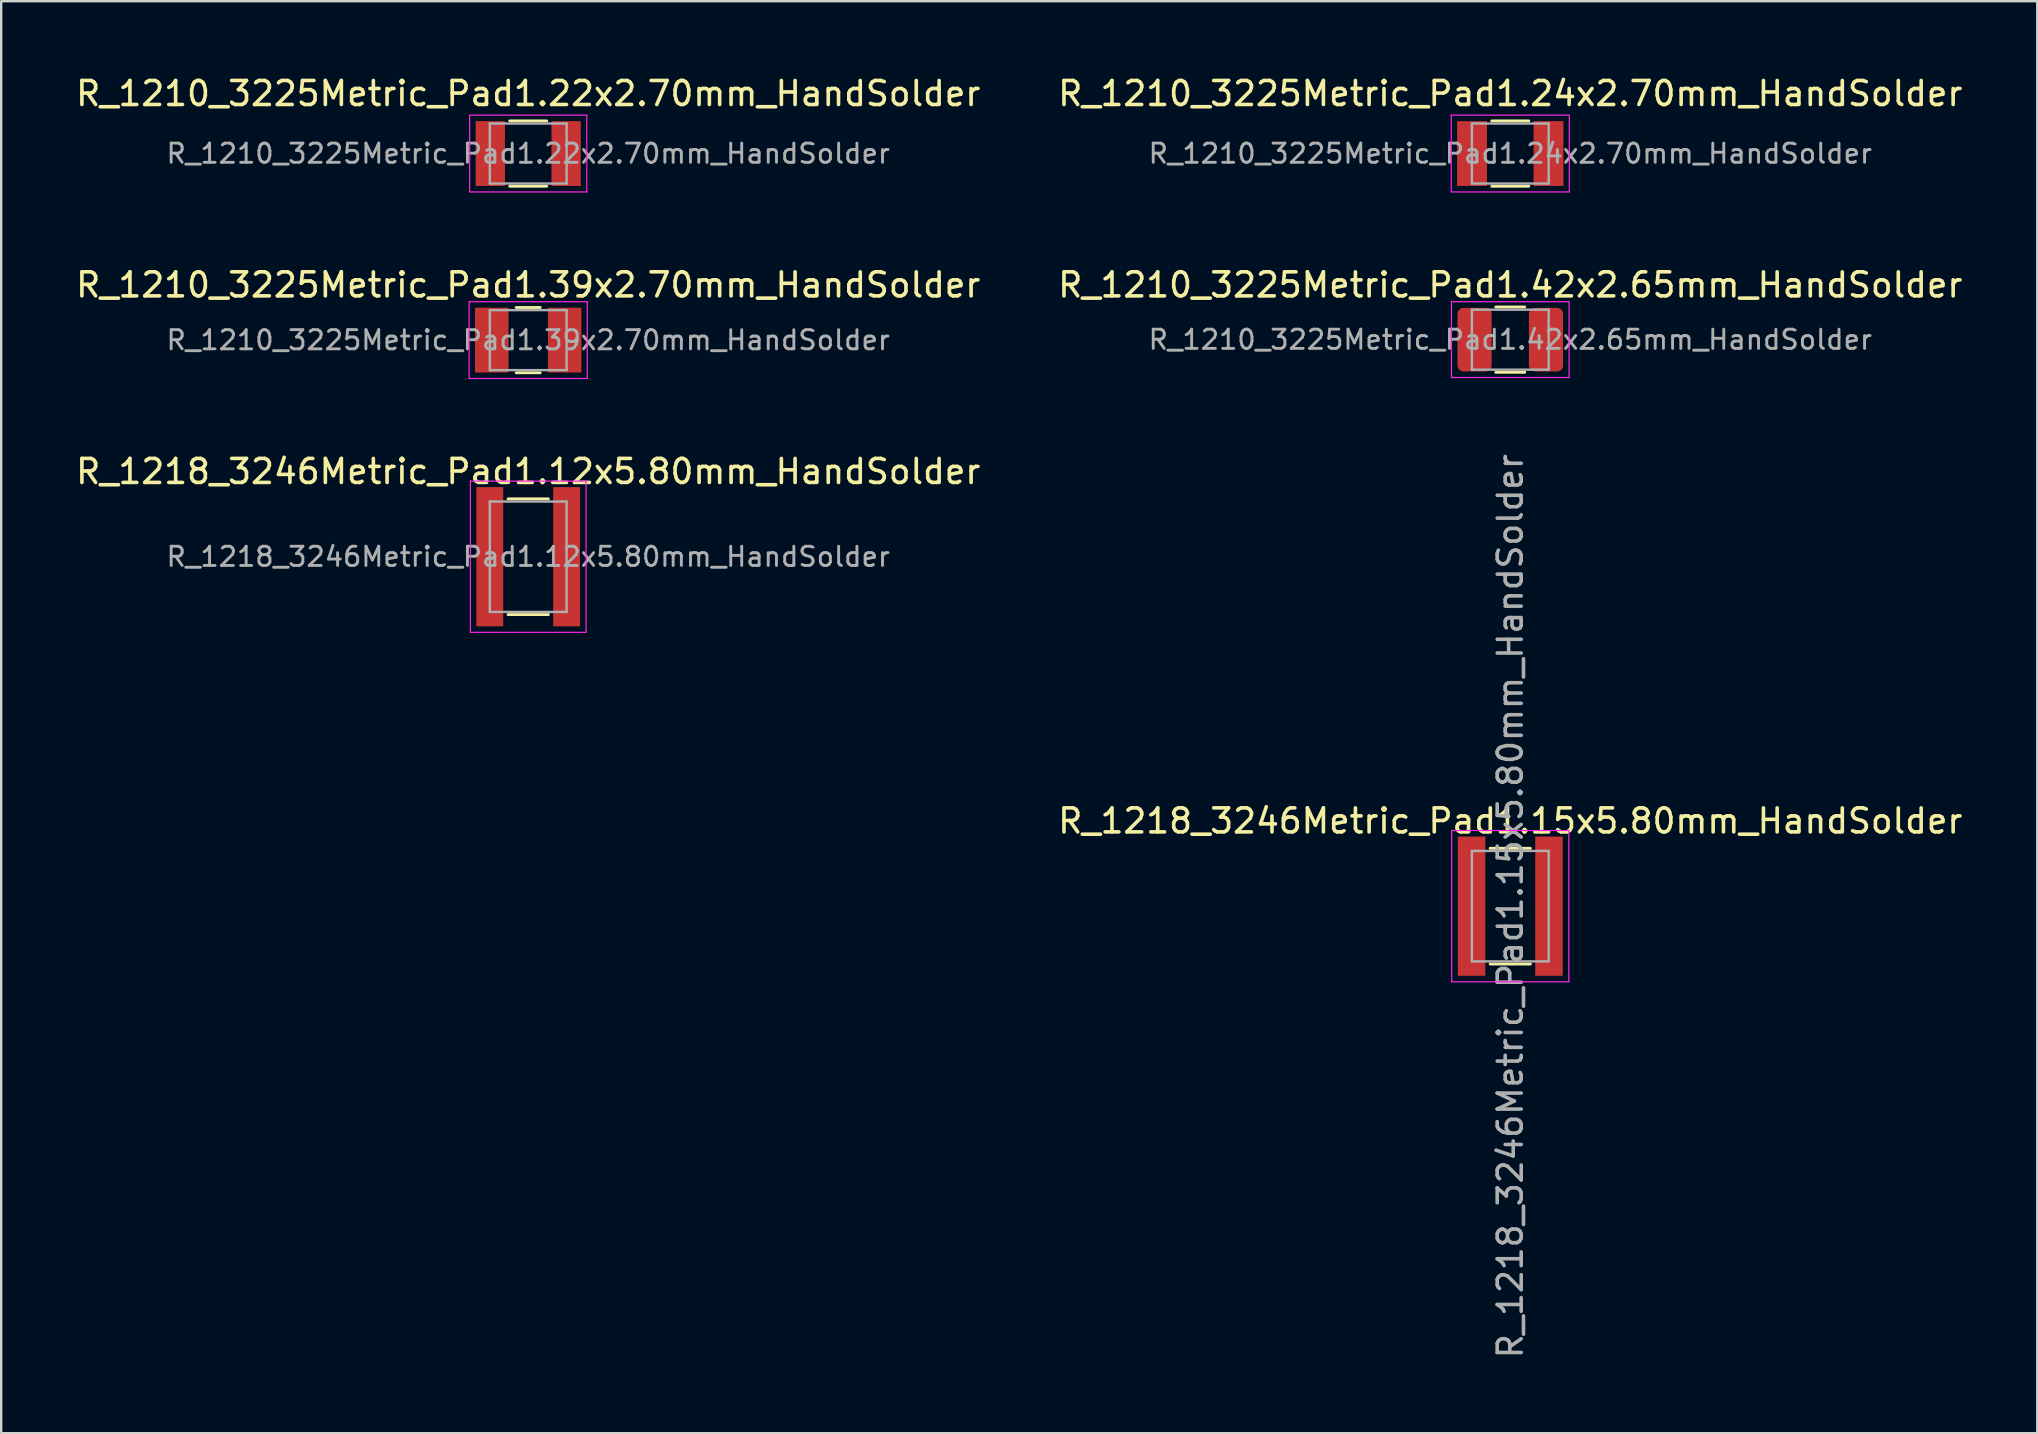
<source format=kicad_pcb>
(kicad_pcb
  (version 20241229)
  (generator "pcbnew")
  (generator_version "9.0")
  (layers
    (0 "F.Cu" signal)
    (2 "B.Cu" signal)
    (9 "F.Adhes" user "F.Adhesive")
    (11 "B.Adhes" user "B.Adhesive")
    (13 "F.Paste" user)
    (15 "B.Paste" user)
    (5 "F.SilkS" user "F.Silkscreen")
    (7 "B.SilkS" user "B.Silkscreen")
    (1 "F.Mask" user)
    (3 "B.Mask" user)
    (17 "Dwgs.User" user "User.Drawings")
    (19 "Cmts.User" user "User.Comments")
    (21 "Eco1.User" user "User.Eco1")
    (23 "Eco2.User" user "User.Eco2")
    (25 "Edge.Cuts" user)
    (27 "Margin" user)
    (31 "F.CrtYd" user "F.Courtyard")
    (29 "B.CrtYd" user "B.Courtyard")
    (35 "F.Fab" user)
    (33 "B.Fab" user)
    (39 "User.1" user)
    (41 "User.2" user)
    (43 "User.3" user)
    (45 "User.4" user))
  (footprint "R_1218_3246Metric_Pad1.12x5.80mm_HandSolder"
    (layer "F.Cu")
    (at 18.958 20.145)
    (property "Reference" "R_1218_3246Metric_Pad1.12x5.80mm_HandSolder" (at 0 -3.55 0) (layer "F.SilkS") (effects (font (size 1 1) (thickness 0.15))))
    (attr smd)
    (fp_line (start -0.84 -2.41) (end 0.84 -2.41) (stroke (width 0.12) (type solid)) (layer "F.SilkS"))
    (fp_line (start -0.84 2.41) (end 0.84 2.41) (stroke (width 0.12) (type solid)) (layer "F.SilkS"))
    (fp_line (start -2.41 -3.15) (end 2.41 -3.15) (stroke (width 0.05) (type solid)) (layer "F.CrtYd"))
    (fp_line (start -2.41 3.15) (end -2.41 -3.15) (stroke (width 0.05) (type solid)) (layer "F.CrtYd"))
    (fp_line (start 2.41 -3.15) (end 2.41 3.15) (stroke (width 0.05) (type solid)) (layer "F.CrtYd"))
    (fp_line (start 2.41 3.15) (end -2.41 3.15) (stroke (width 0.05) (type solid)) (layer "F.CrtYd"))
    (fp_line (start -1.6 -2.3) (end 1.6 -2.3) (stroke (width 0.1) (type solid)) (layer "F.Fab"))
    (fp_line (start -1.6 2.3) (end -1.6 -2.3) (stroke (width 0.1) (type solid)) (layer "F.Fab"))
    (fp_line (start 1.6 -2.3) (end 1.6 2.3) (stroke (width 0.1) (type solid)) (layer "F.Fab"))
    (fp_line (start 1.6 2.3) (end -1.6 2.3) (stroke (width 0.1) (type solid)) (layer "F.Fab"))
    (fp_text user "${REFERENCE}" (at 0 0 0) (layer "F.Fab") (effects (font (size 0.8 0.8) (thickness 0.12))))
    (pad "1" smd rect (at -1.6 0) (size 1.12 5.8) (layers "F.Cu" "F.Mask" "F.Paste"))
    (pad "2" smd rect (at 1.6 0) (size 1.12 5.8) (layers "F.Cu" "F.Mask" "F.Paste")))
  (footprint "R_1218_3246Metric_Pad1.15x5.80mm_HandSolder"
    (layer "F.Cu")
    (at 59.875 34.705)
    (property "Reference" "R_1218_3246Metric_Pad1.15x5.80mm_HandSolder" (at 0 -3.55 0) (layer "F.SilkS") (effects (font (size 1 1) (thickness 0.15))))
    (attr smd)
    (fp_line (start -0.84 -2.41) (end 0.84 -2.41) (stroke (width 0.12) (type solid)) (layer "F.SilkS"))
    (fp_line (start -0.84 2.41) (end 0.84 2.41) (stroke (width 0.12) (type solid)) (layer "F.SilkS"))
    (fp_line (start -2.44 -3.15) (end 2.44 -3.15) (stroke (width 0.05) (type solid)) (layer "F.CrtYd"))
    (fp_line (start -2.44 3.15) (end -2.44 -3.15) (stroke (width 0.05) (type solid)) (layer "F.CrtYd"))
    (fp_line (start 2.44 -3.15) (end 2.44 3.15) (stroke (width 0.05) (type solid)) (layer "F.CrtYd"))
    (fp_line (start 2.44 3.15) (end -2.44 3.15) (stroke (width 0.05) (type solid)) (layer "F.CrtYd"))
    (fp_line (start -1.6 -2.3) (end 1.6 -2.3) (stroke (width 0.1) (type solid)) (layer "F.Fab"))
    (fp_line (start -1.6 2.3) (end -1.6 -2.3) (stroke (width 0.1) (type solid)) (layer "F.Fab"))
    (fp_line (start 1.6 -2.3) (end 1.6 2.3) (stroke (width 0.1) (type solid)) (layer "F.Fab"))
    (fp_line (start 1.6 2.3) (end -1.6 2.3) (stroke (width 0.1) (type solid)) (layer "F.Fab"))
    (fp_text user "${REFERENCE}" (at 0 0 90) (layer "F.Fab") (effects (font (size 1 1) (thickness 0.15))))
    (pad "1" smd rect (at -1.613 0) (size 1.145 5.8) (layers "F.Cu" "F.Mask" "F.Paste"))
    (pad "2" smd rect (at 1.613 0) (size 1.145 5.8) (layers "F.Cu" "F.Mask" "F.Paste")))
  (footprint "R_1210_3225Metric_Pad1.22x2.70mm_HandSolder"
    (layer "F.Cu")
    (at 18.958 3.348)
    (property "Reference" "R_1210_3225Metric_Pad1.22x2.70mm_HandSolder" (at 0 -2.5 0) (layer "F.SilkS") (effects (font (size 1 1) (thickness 0.15))))
    (attr smd)
    (fp_line (start -0.77 -1.36) (end 0.77 -1.36) (stroke (width 0.12) (type solid)) (layer "F.SilkS"))
    (fp_line (start -0.77 1.36) (end 0.77 1.36) (stroke (width 0.12) (type solid)) (layer "F.SilkS"))
    (fp_line (start -2.44 -1.6) (end 2.44 -1.6) (stroke (width 0.05) (type solid)) (layer "F.CrtYd"))
    (fp_line (start -2.44 1.6) (end -2.44 -1.6) (stroke (width 0.05) (type solid)) (layer "F.CrtYd"))
    (fp_line (start 2.44 -1.6) (end 2.44 1.6) (stroke (width 0.05) (type solid)) (layer "F.CrtYd"))
    (fp_line (start 2.44 1.6) (end -2.44 1.6) (stroke (width 0.05) (type solid)) (layer "F.CrtYd"))
    (fp_line (start -1.6 -1.25) (end 1.6 -1.25) (stroke (width 0.1) (type solid)) (layer "F.Fab"))
    (fp_line (start -1.6 1.25) (end -1.6 -1.25) (stroke (width 0.1) (type solid)) (layer "F.Fab"))
    (fp_line (start 1.6 -1.25) (end 1.6 1.25) (stroke (width 0.1) (type solid)) (layer "F.Fab"))
    (fp_line (start 1.6 1.25) (end -1.6 1.25) (stroke (width 0.1) (type solid)) (layer "F.Fab"))
    (fp_text user "${REFERENCE}" (at 0 0 0) (layer "F.Fab") (effects (font (size 0.8 0.8) (thickness 0.12))))
    (pad "1" smd rect (at -1.58 0) (size 1.22 2.7) (layers "F.Cu" "F.Mask" "F.Paste"))
    (pad "2" smd rect (at 1.58 0) (size 1.22 2.7) (layers "F.Cu" "F.Mask" "F.Paste")))
  (footprint "R_1210_3225Metric_Pad1.42x2.65mm_HandSolder"
    (layer "F.Cu")
    (at 59.875 11.101)
    (property "Reference" "R_1210_3225Metric_Pad1.42x2.65mm_HandSolder" (at 0 -2.28 0) (layer "F.SilkS") (effects (font (size 1 1) (thickness 0.15))))
    (attr smd)
    (fp_line (start -0.602 -1.36) (end 0.602 -1.36) (stroke (width 0.12) (type solid)) (layer "F.SilkS"))
    (fp_line (start -0.602 1.36) (end 0.602 1.36) (stroke (width 0.12) (type solid)) (layer "F.SilkS"))
    (fp_line (start -2.45 -1.58) (end 2.45 -1.58) (stroke (width 0.05) (type solid)) (layer "F.CrtYd"))
    (fp_line (start -2.45 1.58) (end -2.45 -1.58) (stroke (width 0.05) (type solid)) (layer "F.CrtYd"))
    (fp_line (start 2.45 -1.58) (end 2.45 1.58) (stroke (width 0.05) (type solid)) (layer "F.CrtYd"))
    (fp_line (start 2.45 1.58) (end -2.45 1.58) (stroke (width 0.05) (type solid)) (layer "F.CrtYd"))
    (fp_line (start -1.6 -1.25) (end 1.6 -1.25) (stroke (width 0.1) (type solid)) (layer "F.Fab"))
    (fp_line (start -1.6 1.25) (end -1.6 -1.25) (stroke (width 0.1) (type solid)) (layer "F.Fab"))
    (fp_line (start 1.6 -1.25) (end 1.6 1.25) (stroke (width 0.1) (type solid)) (layer "F.Fab"))
    (fp_line (start 1.6 1.25) (end -1.6 1.25) (stroke (width 0.1) (type solid)) (layer "F.Fab"))
    (fp_text user "${REFERENCE}" (at 0 0 0) (layer "F.Fab") (effects (font (size 0.8 0.8) (thickness 0.12))))
    (pad "1" smd roundrect (at -1.488 0) (size 1.425 2.65) (layers "F.Cu" "F.Mask" "F.Paste") (roundrect_rratio 0.175))
    (pad "2" smd roundrect (at 1.488 0) (size 1.425 2.65) (layers "F.Cu" "F.Mask" "F.Paste") (roundrect_rratio 0.175)))
  (footprint "R_1210_3225Metric_Pad1.24x2.70mm_HandSolder"
    (layer "F.Cu")
    (at 59.875 3.348)
    (property "Reference" "R_1210_3225Metric_Pad1.24x2.70mm_HandSolder" (at 0 -2.5 0) (layer "F.SilkS") (effects (font (size 1 1) (thickness 0.15))))
    (attr smd)
    (fp_line (start -0.77 -1.36) (end 0.77 -1.36) (stroke (width 0.12) (type solid)) (layer "F.SilkS"))
    (fp_line (start -0.77 1.36) (end 0.77 1.36) (stroke (width 0.12) (type solid)) (layer "F.SilkS"))
    (fp_line (start -2.46 -1.6) (end 2.46 -1.6) (stroke (width 0.05) (type solid)) (layer "F.CrtYd"))
    (fp_line (start -2.46 1.6) (end -2.46 -1.6) (stroke (width 0.05) (type solid)) (layer "F.CrtYd"))
    (fp_line (start 2.46 -1.6) (end 2.46 1.6) (stroke (width 0.05) (type solid)) (layer "F.CrtYd"))
    (fp_line (start 2.46 1.6) (end -2.46 1.6) (stroke (width 0.05) (type solid)) (layer "F.CrtYd"))
    (fp_line (start -1.6 -1.25) (end 1.6 -1.25) (stroke (width 0.1) (type solid)) (layer "F.Fab"))
    (fp_line (start -1.6 1.25) (end -1.6 -1.25) (stroke (width 0.1) (type solid)) (layer "F.Fab"))
    (fp_line (start 1.6 -1.25) (end 1.6 1.25) (stroke (width 0.1) (type solid)) (layer "F.Fab"))
    (fp_line (start 1.6 1.25) (end -1.6 1.25) (stroke (width 0.1) (type solid)) (layer "F.Fab"))
    (fp_text user "${REFERENCE}" (at 0 0 0) (layer "F.Fab") (effects (font (size 0.8 0.8) (thickness 0.12))))
    (pad "1" smd rect (at -1.593 0) (size 1.245 2.7) (layers "F.Cu" "F.Mask" "F.Paste"))
    (pad "2" smd rect (at 1.593 0) (size 1.245 2.7) (layers "F.Cu" "F.Mask" "F.Paste")))
  (footprint "R_1210_3225Metric_Pad1.39x2.70mm_HandSolder"
    (layer "F.Cu")
    (at 18.958 11.121)
    (property "Reference" "R_1210_3225Metric_Pad1.39x2.70mm_HandSolder" (at 0 -2.3 0) (layer "F.SilkS") (effects (font (size 1 1) (thickness 0.15))))
    (attr smd)
    (fp_line (start -0.5 -1.36) (end 0.5 -1.36) (stroke (width 0.12) (type solid)) (layer "F.SilkS"))
    (fp_line (start -0.5 1.36) (end 0.5 1.36) (stroke (width 0.12) (type solid)) (layer "F.SilkS"))
    (fp_line (start -2.46 -1.6) (end 2.46 -1.6) (stroke (width 0.05) (type solid)) (layer "F.CrtYd"))
    (fp_line (start -2.46 1.6) (end -2.46 -1.6) (stroke (width 0.05) (type solid)) (layer "F.CrtYd"))
    (fp_line (start 2.46 -1.6) (end 2.46 1.6) (stroke (width 0.05) (type solid)) (layer "F.CrtYd"))
    (fp_line (start 2.46 1.6) (end -2.46 1.6) (stroke (width 0.05) (type solid)) (layer "F.CrtYd"))
    (fp_line (start -1.6 -1.25) (end 1.6 -1.25) (stroke (width 0.1) (type solid)) (layer "F.Fab"))
    (fp_line (start -1.6 1.25) (end -1.6 -1.25) (stroke (width 0.1) (type solid)) (layer "F.Fab"))
    (fp_line (start 1.6 -1.25) (end 1.6 1.25) (stroke (width 0.1) (type solid)) (layer "F.Fab"))
    (fp_line (start 1.6 1.25) (end -1.6 1.25) (stroke (width 0.1) (type solid)) (layer "F.Fab"))
    (fp_text user "${REFERENCE}" (at 0 0 0) (layer "F.Fab") (effects (font (size 0.8 0.8) (thickness 0.12))))
    (pad "1" smd rect (at -1.518 0) (size 1.395 2.7) (layers "F.Cu" "F.Mask" "F.Paste"))
    (pad "2" smd rect (at 1.518 0) (size 1.395 2.7) (layers "F.Cu" "F.Mask" "F.Paste")))
  (gr_rect
    (start -3 -3)
    (end 81.833 56.663)
    (stroke (width 0.1) (type default))
    (fill no)
    (layer "Edge.Cuts")))
</source>
